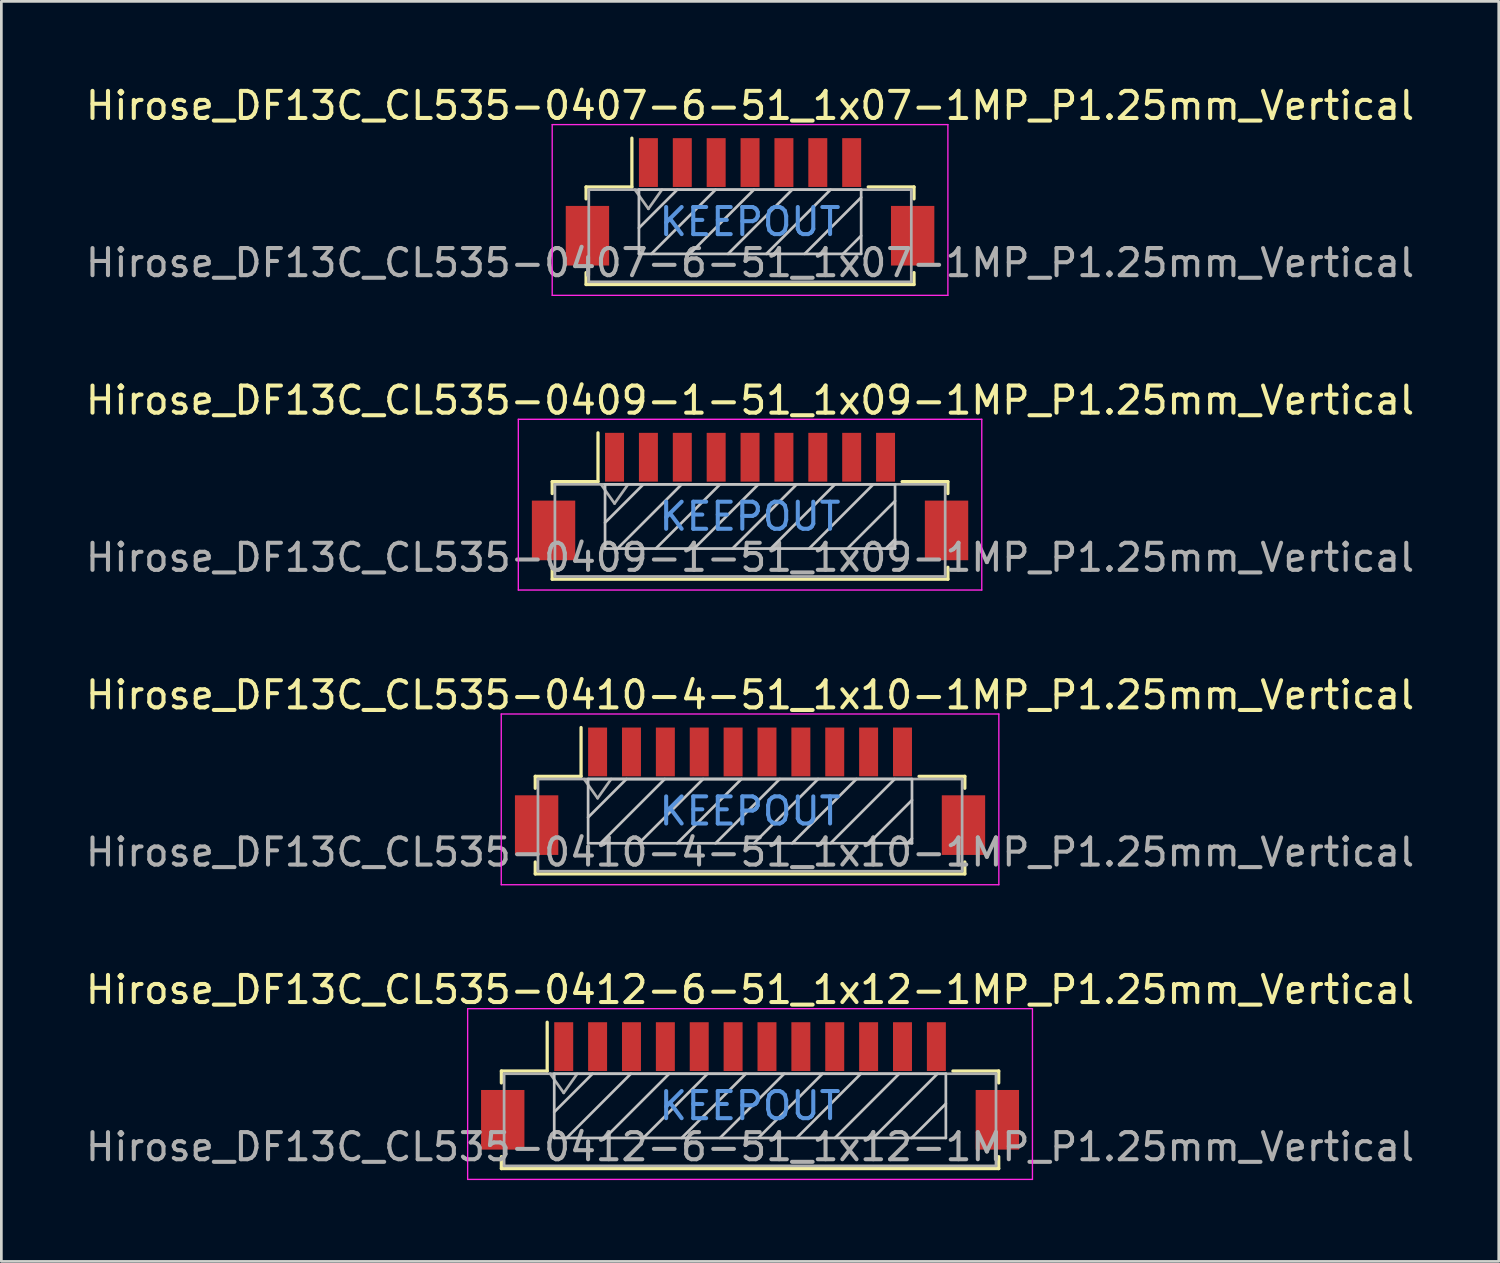
<source format=kicad_pcb>
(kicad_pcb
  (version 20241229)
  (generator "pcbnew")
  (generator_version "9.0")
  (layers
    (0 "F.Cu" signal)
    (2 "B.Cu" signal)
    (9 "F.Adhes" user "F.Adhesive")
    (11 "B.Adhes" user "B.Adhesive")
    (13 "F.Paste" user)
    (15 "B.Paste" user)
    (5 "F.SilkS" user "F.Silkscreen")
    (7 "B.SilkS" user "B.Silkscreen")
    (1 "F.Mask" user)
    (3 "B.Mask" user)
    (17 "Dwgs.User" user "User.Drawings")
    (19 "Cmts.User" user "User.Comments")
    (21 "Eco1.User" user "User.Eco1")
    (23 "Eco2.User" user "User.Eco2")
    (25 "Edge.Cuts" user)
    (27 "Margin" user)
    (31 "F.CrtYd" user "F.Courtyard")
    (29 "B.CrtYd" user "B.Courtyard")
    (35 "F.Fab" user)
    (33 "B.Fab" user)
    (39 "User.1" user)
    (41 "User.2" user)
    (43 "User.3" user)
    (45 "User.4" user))
  (footprint "Hirose_DF13C_CL535-0409-1-51_1x09-1MP_P1.25mm_Vertical"
    (layer "F.Cu")
    (at 24.625 15.271)
    (property "Reference" "Hirose_DF13C_CL535-0409-1-51_1x09-1MP_P1.25mm_Vertical" (at 0 -3.55 0) (layer "F.SilkS") (effects (font (size 1 1) (thickness 0.15))))
    (attr smd)
    (fp_line (start -7.3 -0.55) (end -7.3 -0.11) (stroke (width 0.12) (type solid)) (layer "F.SilkS"))
    (fp_line (start -7.3 2.61) (end -7.3 3.05) (stroke (width 0.12) (type solid)) (layer "F.SilkS"))
    (fp_line (start -7.3 3.05) (end 7.3 3.05) (stroke (width 0.12) (type solid)) (layer "F.SilkS"))
    (fp_line (start -5.61 -0.55) (end -7.3 -0.55) (stroke (width 0.12) (type solid)) (layer "F.SilkS"))
    (fp_line (start -5.61 -0.55) (end -5.61 -2.35) (stroke (width 0.12) (type solid)) (layer "F.SilkS"))
    (fp_line (start 5.61 -0.55) (end 7.3 -0.55) (stroke (width 0.12) (type solid)) (layer "F.SilkS"))
    (fp_line (start 7.3 -0.55) (end 7.3 -0.11) (stroke (width 0.12) (type solid)) (layer "F.SilkS"))
    (fp_line (start 7.3 3.05) (end 7.3 2.61) (stroke (width 0.12) (type solid)) (layer "F.SilkS"))
    (fp_line (start -5.35 -0.45) (end -5.35 1.92) (stroke (width 0.1) (type solid)) (layer "Dwgs.User"))
    (fp_line (start -5.35 1.92) (end 5.35 1.92) (stroke (width 0.1) (type solid)) (layer "Dwgs.User"))
    (fp_line (start -3.936 -0.45) (end -5.35 0.964) (stroke (width 0.1) (type solid)) (layer "Dwgs.User"))
    (fp_line (start -2.522 -0.45) (end -4.892 1.92) (stroke (width 0.1) (type solid)) (layer "Dwgs.User"))
    (fp_line (start -1.107 -0.45) (end -3.477 1.92) (stroke (width 0.1) (type solid)) (layer "Dwgs.User"))
    (fp_line (start 0.307 -0.45) (end -2.063 1.92) (stroke (width 0.1) (type solid)) (layer "Dwgs.User"))
    (fp_line (start 1.721 -0.45) (end -0.649 1.92) (stroke (width 0.1) (type solid)) (layer "Dwgs.User"))
    (fp_line (start 3.135 -0.45) (end 0.765 1.92) (stroke (width 0.1) (type solid)) (layer "Dwgs.User"))
    (fp_line (start 4.549 -0.45) (end 2.179 1.92) (stroke (width 0.1) (type solid)) (layer "Dwgs.User"))
    (fp_line (start 5.35 -0.45) (end -5.35 -0.45) (stroke (width 0.1) (type solid)) (layer "Dwgs.User"))
    (fp_line (start 5.35 0.164) (end 3.594 1.92) (stroke (width 0.1) (type solid)) (layer "Dwgs.User"))
    (fp_line (start 5.35 1.578) (end 5.008 1.92) (stroke (width 0.1) (type solid)) (layer "Dwgs.User"))
    (fp_line (start 5.35 1.92) (end 5.35 -0.45) (stroke (width 0.1) (type solid)) (layer "Dwgs.User"))
    (fp_line (start -8.55 -2.85) (end -8.55 3.45) (stroke (width 0.05) (type solid)) (layer "F.CrtYd"))
    (fp_line (start -8.55 3.45) (end 8.55 3.45) (stroke (width 0.05) (type solid)) (layer "F.CrtYd"))
    (fp_line (start 8.55 -2.85) (end -8.55 -2.85) (stroke (width 0.05) (type solid)) (layer "F.CrtYd"))
    (fp_line (start 8.55 3.45) (end 8.55 -2.85) (stroke (width 0.05) (type solid)) (layer "F.CrtYd"))
    (fp_line (start -7.2 -0.45) (end -7.2 2.95) (stroke (width 0.1) (type solid)) (layer "F.Fab"))
    (fp_line (start -7.2 2.95) (end 7.2 2.95) (stroke (width 0.1) (type solid)) (layer "F.Fab"))
    (fp_line (start -5.5 -0.45) (end -5 0.257) (stroke (width 0.1) (type solid)) (layer "F.Fab"))
    (fp_line (start -5 0.257) (end -4.5 -0.45) (stroke (width 0.1) (type solid)) (layer "F.Fab"))
    (fp_line (start 7.2 -0.45) (end -7.2 -0.45) (stroke (width 0.1) (type solid)) (layer "F.Fab"))
    (fp_line (start 7.2 2.95) (end 7.2 -0.45) (stroke (width 0.1) (type solid)) (layer "F.Fab"))
    (fp_text user "KEEPOUT" (at 0 0.735 0) (layer "Cmts.User") (effects (font (size 1 1) (thickness 0.15))))
    (fp_text user "${REFERENCE}" (at 0 2.25 0) (layer "F.Fab") (effects (font (size 1 1) (thickness 0.15))))
    (pad "1" smd rect (at -5 -1.45) (size 0.7 1.8) (layers "F.Cu" "F.Mask" "F.Paste"))
    (pad "2" smd rect (at -3.75 -1.45) (size 0.7 1.8) (layers "F.Cu" "F.Mask" "F.Paste"))
    (pad "3" smd rect (at -2.5 -1.45) (size 0.7 1.8) (layers "F.Cu" "F.Mask" "F.Paste"))
    (pad "4" smd rect (at -1.25 -1.45) (size 0.7 1.8) (layers "F.Cu" "F.Mask" "F.Paste"))
    (pad "5" smd rect (at 0 -1.45) (size 0.7 1.8) (layers "F.Cu" "F.Mask" "F.Paste"))
    (pad "6" smd rect (at 1.25 -1.45) (size 0.7 1.8) (layers "F.Cu" "F.Mask" "F.Paste"))
    (pad "7" smd rect (at 2.5 -1.45) (size 0.7 1.8) (layers "F.Cu" "F.Mask" "F.Paste"))
    (pad "8" smd rect (at 3.75 -1.45) (size 0.7 1.8) (layers "F.Cu" "F.Mask" "F.Paste"))
    (pad "9" smd rect (at 5 -1.45) (size 0.7 1.8) (layers "F.Cu" "F.Mask" "F.Paste"))
    (pad "MP" smd rect (at -7.25 1.25) (size 1.6 2.2) (layers "F.Cu" "F.Mask" "F.Paste"))
    (pad "MP" smd rect (at 7.25 1.25) (size 1.6 2.2) (layers "F.Cu" "F.Mask" "F.Paste")))
  (footprint "Hirose_DF13C_CL535-0410-4-51_1x10-1MP_P1.25mm_Vertical"
    (layer "F.Cu")
    (at 24.625 26.145)
    (property "Reference" "Hirose_DF13C_CL535-0410-4-51_1x10-1MP_P1.25mm_Vertical" (at 0 -3.55 0) (layer "F.SilkS") (effects (font (size 1 1) (thickness 0.15))))
    (attr smd)
    (fp_line (start -7.925 -0.55) (end -7.925 -0.11) (stroke (width 0.12) (type solid)) (layer "F.SilkS"))
    (fp_line (start -7.925 2.61) (end -7.925 3.05) (stroke (width 0.12) (type solid)) (layer "F.SilkS"))
    (fp_line (start -7.925 3.05) (end 7.925 3.05) (stroke (width 0.12) (type solid)) (layer "F.SilkS"))
    (fp_line (start -6.235 -0.55) (end -7.925 -0.55) (stroke (width 0.12) (type solid)) (layer "F.SilkS"))
    (fp_line (start -6.235 -0.55) (end -6.235 -2.35) (stroke (width 0.12) (type solid)) (layer "F.SilkS"))
    (fp_line (start 6.235 -0.55) (end 7.925 -0.55) (stroke (width 0.12) (type solid)) (layer "F.SilkS"))
    (fp_line (start 7.925 -0.55) (end 7.925 -0.11) (stroke (width 0.12) (type solid)) (layer "F.SilkS"))
    (fp_line (start 7.925 3.05) (end 7.925 2.61) (stroke (width 0.12) (type solid)) (layer "F.SilkS"))
    (fp_line (start -5.975 -0.45) (end -5.975 1.92) (stroke (width 0.1) (type solid)) (layer "Dwgs.User"))
    (fp_line (start -5.975 1.92) (end 5.975 1.92) (stroke (width 0.1) (type solid)) (layer "Dwgs.User"))
    (fp_line (start -4.561 -0.45) (end -5.975 0.964) (stroke (width 0.1) (type solid)) (layer "Dwgs.User"))
    (fp_line (start -3.147 -0.45) (end -5.517 1.92) (stroke (width 0.1) (type solid)) (layer "Dwgs.User"))
    (fp_line (start -1.732 -0.45) (end -4.102 1.92) (stroke (width 0.1) (type solid)) (layer "Dwgs.User"))
    (fp_line (start -0.318 -0.45) (end -2.688 1.92) (stroke (width 0.1) (type solid)) (layer "Dwgs.User"))
    (fp_line (start 1.096 -0.45) (end -1.274 1.92) (stroke (width 0.1) (type solid)) (layer "Dwgs.User"))
    (fp_line (start 2.51 -0.45) (end 0.14 1.92) (stroke (width 0.1) (type solid)) (layer "Dwgs.User"))
    (fp_line (start 3.924 -0.45) (end 1.554 1.92) (stroke (width 0.1) (type solid)) (layer "Dwgs.User"))
    (fp_line (start 5.339 -0.45) (end 2.969 1.92) (stroke (width 0.1) (type solid)) (layer "Dwgs.User"))
    (fp_line (start 5.975 -0.45) (end -5.975 -0.45) (stroke (width 0.1) (type solid)) (layer "Dwgs.User"))
    (fp_line (start 5.975 0.328) (end 4.383 1.92) (stroke (width 0.1) (type solid)) (layer "Dwgs.User"))
    (fp_line (start 5.975 1.742) (end 5.797 1.92) (stroke (width 0.1) (type solid)) (layer "Dwgs.User"))
    (fp_line (start 5.975 1.92) (end 5.975 -0.45) (stroke (width 0.1) (type solid)) (layer "Dwgs.User"))
    (fp_line (start -9.18 -2.85) (end -9.18 3.45) (stroke (width 0.05) (type solid)) (layer "F.CrtYd"))
    (fp_line (start -9.18 3.45) (end 9.18 3.45) (stroke (width 0.05) (type solid)) (layer "F.CrtYd"))
    (fp_line (start 9.18 -2.85) (end -9.18 -2.85) (stroke (width 0.05) (type solid)) (layer "F.CrtYd"))
    (fp_line (start 9.18 3.45) (end 9.18 -2.85) (stroke (width 0.05) (type solid)) (layer "F.CrtYd"))
    (fp_line (start -7.825 -0.45) (end -7.825 2.95) (stroke (width 0.1) (type solid)) (layer "F.Fab"))
    (fp_line (start -7.825 2.95) (end 7.825 2.95) (stroke (width 0.1) (type solid)) (layer "F.Fab"))
    (fp_line (start -6.125 -0.45) (end -5.625 0.257) (stroke (width 0.1) (type solid)) (layer "F.Fab"))
    (fp_line (start -5.625 0.257) (end -5.125 -0.45) (stroke (width 0.1) (type solid)) (layer "F.Fab"))
    (fp_line (start 7.825 -0.45) (end -7.825 -0.45) (stroke (width 0.1) (type solid)) (layer "F.Fab"))
    (fp_line (start 7.825 2.95) (end 7.825 -0.45) (stroke (width 0.1) (type solid)) (layer "F.Fab"))
    (fp_text user "KEEPOUT" (at 0 0.735 0) (layer "Cmts.User") (effects (font (size 1 1) (thickness 0.15))))
    (fp_text user "${REFERENCE}" (at 0 2.25 0) (layer "F.Fab") (effects (font (size 1 1) (thickness 0.15))))
    (pad "1" smd rect (at -5.625 -1.45) (size 0.7 1.8) (layers "F.Cu" "F.Mask" "F.Paste"))
    (pad "2" smd rect (at -4.375 -1.45) (size 0.7 1.8) (layers "F.Cu" "F.Mask" "F.Paste"))
    (pad "3" smd rect (at -3.125 -1.45) (size 0.7 1.8) (layers "F.Cu" "F.Mask" "F.Paste"))
    (pad "4" smd rect (at -1.875 -1.45) (size 0.7 1.8) (layers "F.Cu" "F.Mask" "F.Paste"))
    (pad "5" smd rect (at -0.625 -1.45) (size 0.7 1.8) (layers "F.Cu" "F.Mask" "F.Paste"))
    (pad "6" smd rect (at 0.625 -1.45) (size 0.7 1.8) (layers "F.Cu" "F.Mask" "F.Paste"))
    (pad "7" smd rect (at 1.875 -1.45) (size 0.7 1.8) (layers "F.Cu" "F.Mask" "F.Paste"))
    (pad "8" smd rect (at 3.125 -1.45) (size 0.7 1.8) (layers "F.Cu" "F.Mask" "F.Paste"))
    (pad "9" smd rect (at 4.375 -1.45) (size 0.7 1.8) (layers "F.Cu" "F.Mask" "F.Paste"))
    (pad "10" smd rect (at 5.625 -1.45) (size 0.7 1.8) (layers "F.Cu" "F.Mask" "F.Paste"))
    (pad "MP" smd rect (at -7.875 1.25) (size 1.6 2.2) (layers "F.Cu" "F.Mask" "F.Paste"))
    (pad "MP" smd rect (at 7.875 1.25) (size 1.6 2.2) (layers "F.Cu" "F.Mask" "F.Paste")))
  (footprint "Hirose_DF13C_CL535-0407-6-51_1x07-1MP_P1.25mm_Vertical"
    (layer "F.Cu")
    (at 24.625 4.398)
    (property "Reference" "Hirose_DF13C_CL535-0407-6-51_1x07-1MP_P1.25mm_Vertical" (at 0 -3.55 0) (layer "F.SilkS") (effects (font (size 1 1) (thickness 0.15))))
    (attr smd)
    (fp_line (start -6.05 -0.55) (end -6.05 -0.11) (stroke (width 0.12) (type solid)) (layer "F.SilkS"))
    (fp_line (start -6.05 2.61) (end -6.05 3.05) (stroke (width 0.12) (type solid)) (layer "F.SilkS"))
    (fp_line (start -6.05 3.05) (end 6.05 3.05) (stroke (width 0.12) (type solid)) (layer "F.SilkS"))
    (fp_line (start -4.36 -0.55) (end -6.05 -0.55) (stroke (width 0.12) (type solid)) (layer "F.SilkS"))
    (fp_line (start -4.36 -0.55) (end -4.36 -2.35) (stroke (width 0.12) (type solid)) (layer "F.SilkS"))
    (fp_line (start 4.36 -0.55) (end 6.05 -0.55) (stroke (width 0.12) (type solid)) (layer "F.SilkS"))
    (fp_line (start 6.05 -0.55) (end 6.05 -0.11) (stroke (width 0.12) (type solid)) (layer "F.SilkS"))
    (fp_line (start 6.05 3.05) (end 6.05 2.61) (stroke (width 0.12) (type solid)) (layer "F.SilkS"))
    (fp_line (start -4.1 -0.45) (end -4.1 1.92) (stroke (width 0.1) (type solid)) (layer "Dwgs.User"))
    (fp_line (start -4.1 1.92) (end 4.1 1.92) (stroke (width 0.1) (type solid)) (layer "Dwgs.User"))
    (fp_line (start -2.686 -0.45) (end -4.1 0.964) (stroke (width 0.1) (type solid)) (layer "Dwgs.User"))
    (fp_line (start -1.272 -0.45) (end -3.642 1.92) (stroke (width 0.1) (type solid)) (layer "Dwgs.User"))
    (fp_line (start 0.143 -0.45) (end -2.227 1.92) (stroke (width 0.1) (type solid)) (layer "Dwgs.User"))
    (fp_line (start 1.557 -0.45) (end -0.813 1.92) (stroke (width 0.1) (type solid)) (layer "Dwgs.User"))
    (fp_line (start 2.971 -0.45) (end 0.601 1.92) (stroke (width 0.1) (type solid)) (layer "Dwgs.User"))
    (fp_line (start 4.1 -0.45) (end -4.1 -0.45) (stroke (width 0.1) (type solid)) (layer "Dwgs.User"))
    (fp_line (start 4.1 -0.165) (end 2.015 1.92) (stroke (width 0.1) (type solid)) (layer "Dwgs.User"))
    (fp_line (start 4.1 1.249) (end 3.429 1.92) (stroke (width 0.1) (type solid)) (layer "Dwgs.User"))
    (fp_line (start 4.1 1.92) (end 4.1 -0.45) (stroke (width 0.1) (type solid)) (layer "Dwgs.User"))
    (fp_line (start -7.3 -2.85) (end -7.3 3.45) (stroke (width 0.05) (type solid)) (layer "F.CrtYd"))
    (fp_line (start -7.3 3.45) (end 7.3 3.45) (stroke (width 0.05) (type solid)) (layer "F.CrtYd"))
    (fp_line (start 7.3 -2.85) (end -7.3 -2.85) (stroke (width 0.05) (type solid)) (layer "F.CrtYd"))
    (fp_line (start 7.3 3.45) (end 7.3 -2.85) (stroke (width 0.05) (type solid)) (layer "F.CrtYd"))
    (fp_line (start -5.95 -0.45) (end -5.95 2.95) (stroke (width 0.1) (type solid)) (layer "F.Fab"))
    (fp_line (start -5.95 2.95) (end 5.95 2.95) (stroke (width 0.1) (type solid)) (layer "F.Fab"))
    (fp_line (start -4.25 -0.45) (end -3.75 0.257) (stroke (width 0.1) (type solid)) (layer "F.Fab"))
    (fp_line (start -3.75 0.257) (end -3.25 -0.45) (stroke (width 0.1) (type solid)) (layer "F.Fab"))
    (fp_line (start 5.95 -0.45) (end -5.95 -0.45) (stroke (width 0.1) (type solid)) (layer "F.Fab"))
    (fp_line (start 5.95 2.95) (end 5.95 -0.45) (stroke (width 0.1) (type solid)) (layer "F.Fab"))
    (fp_text user "KEEPOUT" (at 0 0.735 0) (layer "Cmts.User") (effects (font (size 1 1) (thickness 0.15))))
    (fp_text user "${REFERENCE}" (at 0 2.25 0) (layer "F.Fab") (effects (font (size 1 1) (thickness 0.15))))
    (pad "1" smd rect (at -3.75 -1.45) (size 0.7 1.8) (layers "F.Cu" "F.Mask" "F.Paste"))
    (pad "2" smd rect (at -2.5 -1.45) (size 0.7 1.8) (layers "F.Cu" "F.Mask" "F.Paste"))
    (pad "3" smd rect (at -1.25 -1.45) (size 0.7 1.8) (layers "F.Cu" "F.Mask" "F.Paste"))
    (pad "4" smd rect (at 0 -1.45) (size 0.7 1.8) (layers "F.Cu" "F.Mask" "F.Paste"))
    (pad "5" smd rect (at 1.25 -1.45) (size 0.7 1.8) (layers "F.Cu" "F.Mask" "F.Paste"))
    (pad "6" smd rect (at 2.5 -1.45) (size 0.7 1.8) (layers "F.Cu" "F.Mask" "F.Paste"))
    (pad "7" smd rect (at 3.75 -1.45) (size 0.7 1.8) (layers "F.Cu" "F.Mask" "F.Paste"))
    (pad "MP" smd rect (at -6 1.25) (size 1.6 2.2) (layers "F.Cu" "F.Mask" "F.Paste"))
    (pad "MP" smd rect (at 6 1.25) (size 1.6 2.2) (layers "F.Cu" "F.Mask" "F.Paste")))
  (footprint "Hirose_DF13C_CL535-0412-6-51_1x12-1MP_P1.25mm_Vertical"
    (layer "F.Cu")
    (at 24.625 37.018)
    (property "Reference" "Hirose_DF13C_CL535-0412-6-51_1x12-1MP_P1.25mm_Vertical" (at 0 -3.55 0) (layer "F.SilkS") (effects (font (size 1 1) (thickness 0.15))))
    (attr smd)
    (fp_line (start -9.175 -0.55) (end -9.175 -0.11) (stroke (width 0.12) (type solid)) (layer "F.SilkS"))
    (fp_line (start -9.175 2.61) (end -9.175 3.05) (stroke (width 0.12) (type solid)) (layer "F.SilkS"))
    (fp_line (start -9.175 3.05) (end 9.175 3.05) (stroke (width 0.12) (type solid)) (layer "F.SilkS"))
    (fp_line (start -7.485 -0.55) (end -9.175 -0.55) (stroke (width 0.12) (type solid)) (layer "F.SilkS"))
    (fp_line (start -7.485 -0.55) (end -7.485 -2.35) (stroke (width 0.12) (type solid)) (layer "F.SilkS"))
    (fp_line (start 7.485 -0.55) (end 9.175 -0.55) (stroke (width 0.12) (type solid)) (layer "F.SilkS"))
    (fp_line (start 9.175 -0.55) (end 9.175 -0.11) (stroke (width 0.12) (type solid)) (layer "F.SilkS"))
    (fp_line (start 9.175 3.05) (end 9.175 2.61) (stroke (width 0.12) (type solid)) (layer "F.SilkS"))
    (fp_line (start -7.225 -0.45) (end -7.225 1.92) (stroke (width 0.1) (type solid)) (layer "Dwgs.User"))
    (fp_line (start -7.225 1.92) (end 7.225 1.92) (stroke (width 0.1) (type solid)) (layer "Dwgs.User"))
    (fp_line (start -5.811 -0.45) (end -7.225 0.964) (stroke (width 0.1) (type solid)) (layer "Dwgs.User"))
    (fp_line (start -4.397 -0.45) (end -6.767 1.92) (stroke (width 0.1) (type solid)) (layer "Dwgs.User"))
    (fp_line (start -2.982 -0.45) (end -5.352 1.92) (stroke (width 0.1) (type solid)) (layer "Dwgs.User"))
    (fp_line (start -1.568 -0.45) (end -3.938 1.92) (stroke (width 0.1) (type solid)) (layer "Dwgs.User"))
    (fp_line (start -0.154 -0.45) (end -2.524 1.92) (stroke (width 0.1) (type solid)) (layer "Dwgs.User"))
    (fp_line (start 1.26 -0.45) (end -1.11 1.92) (stroke (width 0.1) (type solid)) (layer "Dwgs.User"))
    (fp_line (start 2.674 -0.45) (end 0.304 1.92) (stroke (width 0.1) (type solid)) (layer "Dwgs.User"))
    (fp_line (start 4.089 -0.45) (end 1.719 1.92) (stroke (width 0.1) (type solid)) (layer "Dwgs.User"))
    (fp_line (start 5.503 -0.45) (end 3.133 1.92) (stroke (width 0.1) (type solid)) (layer "Dwgs.User"))
    (fp_line (start 6.917 -0.45) (end 4.547 1.92) (stroke (width 0.1) (type solid)) (layer "Dwgs.User"))
    (fp_line (start 7.225 -0.45) (end -7.225 -0.45) (stroke (width 0.1) (type solid)) (layer "Dwgs.User"))
    (fp_line (start 7.225 0.656) (end 5.961 1.92) (stroke (width 0.1) (type solid)) (layer "Dwgs.User"))
    (fp_line (start 7.225 1.92) (end 7.225 -0.45) (stroke (width 0.1) (type solid)) (layer "Dwgs.User"))
    (fp_line (start -10.42 -2.85) (end -10.42 3.45) (stroke (width 0.05) (type solid)) (layer "F.CrtYd"))
    (fp_line (start -10.42 3.45) (end 10.42 3.45) (stroke (width 0.05) (type solid)) (layer "F.CrtYd"))
    (fp_line (start 10.42 -2.85) (end -10.42 -2.85) (stroke (width 0.05) (type solid)) (layer "F.CrtYd"))
    (fp_line (start 10.42 3.45) (end 10.42 -2.85) (stroke (width 0.05) (type solid)) (layer "F.CrtYd"))
    (fp_line (start -9.075 -0.45) (end -9.075 2.95) (stroke (width 0.1) (type solid)) (layer "F.Fab"))
    (fp_line (start -9.075 2.95) (end 9.075 2.95) (stroke (width 0.1) (type solid)) (layer "F.Fab"))
    (fp_line (start -7.375 -0.45) (end -6.875 0.257) (stroke (width 0.1) (type solid)) (layer "F.Fab"))
    (fp_line (start -6.875 0.257) (end -6.375 -0.45) (stroke (width 0.1) (type solid)) (layer "F.Fab"))
    (fp_line (start 9.075 -0.45) (end -9.075 -0.45) (stroke (width 0.1) (type solid)) (layer "F.Fab"))
    (fp_line (start 9.075 2.95) (end 9.075 -0.45) (stroke (width 0.1) (type solid)) (layer "F.Fab"))
    (fp_text user "KEEPOUT" (at 0 0.735 0) (layer "Cmts.User") (effects (font (size 1 1) (thickness 0.15))))
    (fp_text user "${REFERENCE}" (at 0 2.25 0) (layer "F.Fab") (effects (font (size 1 1) (thickness 0.15))))
    (pad "1" smd rect (at -6.875 -1.45) (size 0.7 1.8) (layers "F.Cu" "F.Mask" "F.Paste"))
    (pad "2" smd rect (at -5.625 -1.45) (size 0.7 1.8) (layers "F.Cu" "F.Mask" "F.Paste"))
    (pad "3" smd rect (at -4.375 -1.45) (size 0.7 1.8) (layers "F.Cu" "F.Mask" "F.Paste"))
    (pad "4" smd rect (at -3.125 -1.45) (size 0.7 1.8) (layers "F.Cu" "F.Mask" "F.Paste"))
    (pad "5" smd rect (at -1.875 -1.45) (size 0.7 1.8) (layers "F.Cu" "F.Mask" "F.Paste"))
    (pad "6" smd rect (at -0.625 -1.45) (size 0.7 1.8) (layers "F.Cu" "F.Mask" "F.Paste"))
    (pad "7" smd rect (at 0.625 -1.45) (size 0.7 1.8) (layers "F.Cu" "F.Mask" "F.Paste"))
    (pad "8" smd rect (at 1.875 -1.45) (size 0.7 1.8) (layers "F.Cu" "F.Mask" "F.Paste"))
    (pad "9" smd rect (at 3.125 -1.45) (size 0.7 1.8) (layers "F.Cu" "F.Mask" "F.Paste"))
    (pad "10" smd rect (at 4.375 -1.45) (size 0.7 1.8) (layers "F.Cu" "F.Mask" "F.Paste"))
    (pad "11" smd rect (at 5.625 -1.45) (size 0.7 1.8) (layers "F.Cu" "F.Mask" "F.Paste"))
    (pad "12" smd rect (at 6.875 -1.45) (size 0.7 1.8) (layers "F.Cu" "F.Mask" "F.Paste"))
    (pad "MP" smd rect (at -9.125 1.25) (size 1.6 2.2) (layers "F.Cu" "F.Mask" "F.Paste"))
    (pad "MP" smd rect (at 9.125 1.25) (size 1.6 2.2) (layers "F.Cu" "F.Mask" "F.Paste")))
  (gr_rect
    (start -3 -3)
    (end 52.25 43.493)
    (stroke (width 0.1) (type default))
    (fill no)
    (layer "Edge.Cuts")))
</source>
